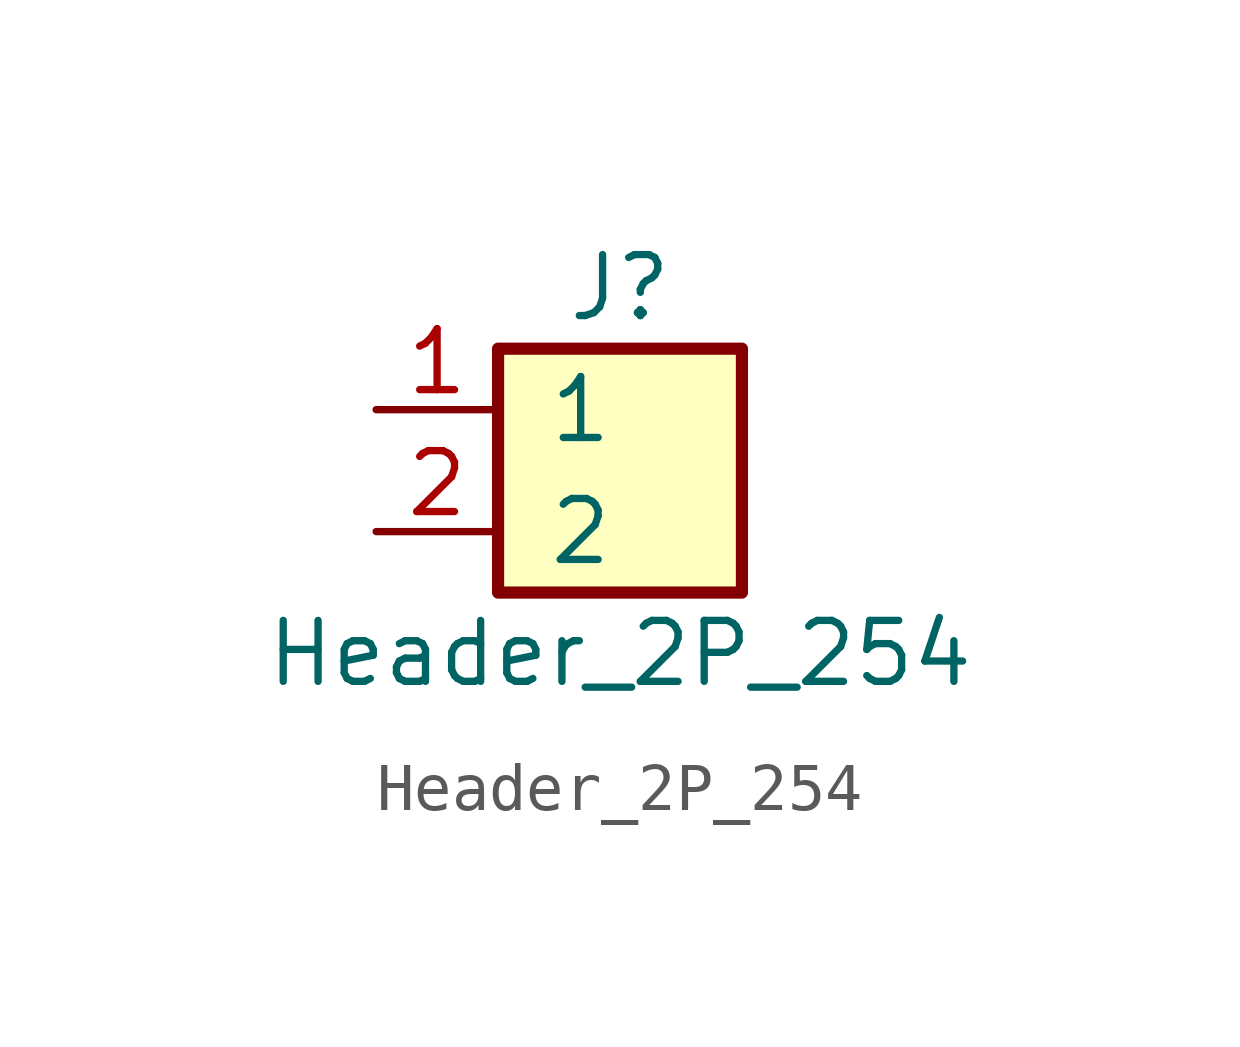
<source format=kicad_sym>
(kicad_symbol_lib
  (version 20231120)
  (generator "kicad_symbol_editor")
  (generator_version "8.0")
  (symbol "Header_2P_254"
    (pin_names
      (offset 1.016))
    (property "Reference" "J"
      (at 0 3.81 0)
      (effects (font (size 1.27 1.27))))
    (property "Value" "Header_2P_254"
      (at 0 -3.81 0)
      (effects (font (size 1.27 1.27))))
    (symbol "Header_2P_254_1_1"
      (rectangle (start -2.54 2.54) (end 2.54 -2.54) (stroke (width 0.254) (type default)) (fill (type background)))
      (pin passive line (at -5.08 1.27 0) (length 2.54) (name "1" (effects (font (size 1.27 1.27)))) (number "1" (effects (font (size 1.27 1.27)))))
      (pin passive line (at -5.08 -1.27 0) (length 2.54) (name "2" (effects (font (size 1.27 1.27)))) (number "2" (effects (font (size 1.27 1.27))))))))
</source>
